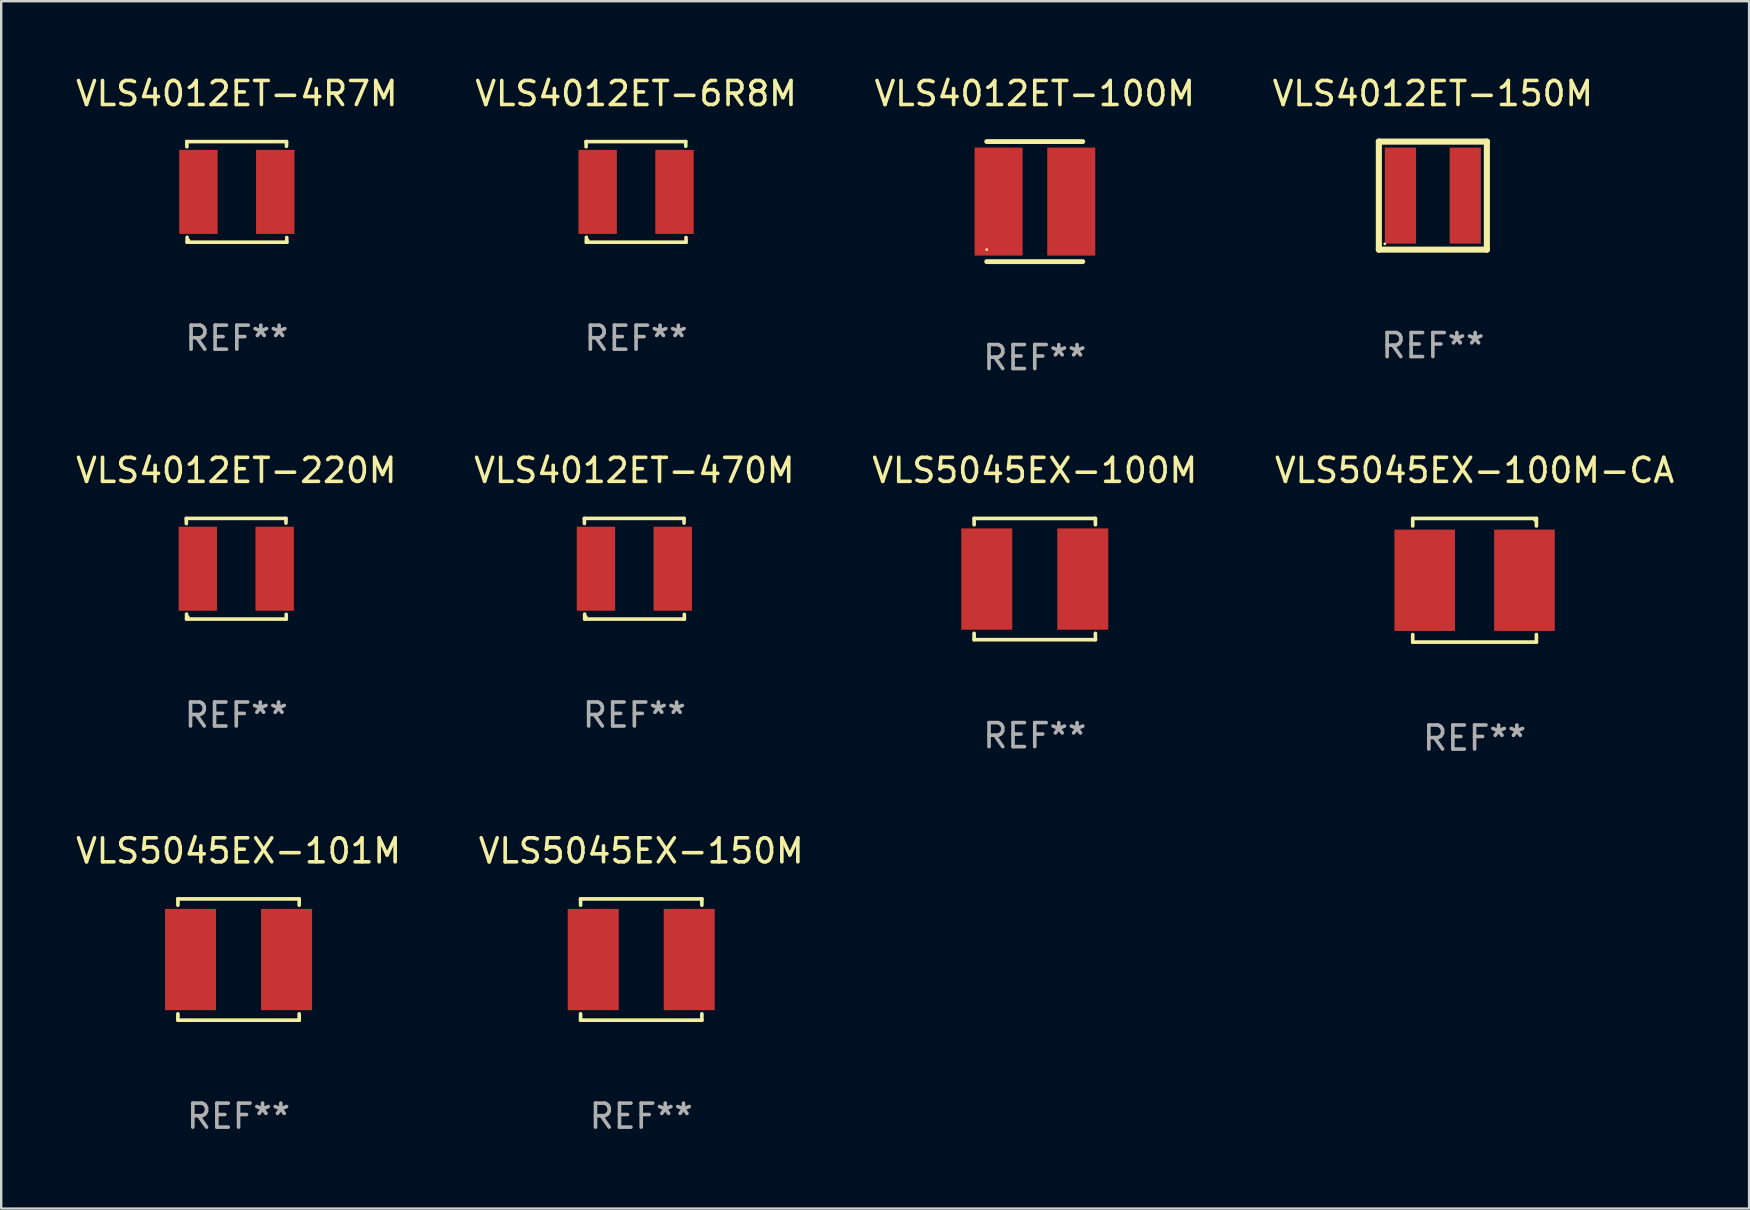
<source format=kicad_pcb>
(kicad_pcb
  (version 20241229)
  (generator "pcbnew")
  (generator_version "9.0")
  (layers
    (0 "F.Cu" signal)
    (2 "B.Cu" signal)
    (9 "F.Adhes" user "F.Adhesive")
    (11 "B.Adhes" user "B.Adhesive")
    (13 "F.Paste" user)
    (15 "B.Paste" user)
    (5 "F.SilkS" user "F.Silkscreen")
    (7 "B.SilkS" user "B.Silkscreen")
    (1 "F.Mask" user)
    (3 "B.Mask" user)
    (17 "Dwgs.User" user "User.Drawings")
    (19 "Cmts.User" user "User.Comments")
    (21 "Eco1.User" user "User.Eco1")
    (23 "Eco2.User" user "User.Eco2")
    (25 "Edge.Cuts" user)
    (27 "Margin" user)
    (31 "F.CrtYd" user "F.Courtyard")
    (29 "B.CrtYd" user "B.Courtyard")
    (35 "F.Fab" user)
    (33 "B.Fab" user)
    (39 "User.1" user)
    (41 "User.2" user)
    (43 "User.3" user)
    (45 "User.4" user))
  (footprint "VLS4012ET-470M"
    (layer "F.Cu")
    (at 23.375 20.641)
    (property "Reference" "VLS4012ET-470M" (at 0 -4.096 0) (layer "F.SilkS") (effects (font (size 1 1) (thickness 0.15))))
    (attr through_hole)
    (fp_line (start -2.083 -2.096) (end -2.08 -1.88) (stroke (width 0.15) (type solid)) (layer "F.SilkS"))
    (fp_line (start -2.07 1.89) (end -2.07 2.096) (stroke (width 0.15) (type solid)) (layer "F.SilkS"))
    (fp_line (start -2.07 2.096) (end 2.083 2.096) (stroke (width 0.15) (type solid)) (layer "F.SilkS"))
    (fp_line (start 2.07 -1.9) (end 2.07 -2.096) (stroke (width 0.15) (type solid)) (layer "F.SilkS"))
    (fp_line (start 2.07 -2.096) (end -2.083 -2.096) (stroke (width 0.15) (type solid)) (layer "F.SilkS"))
    (fp_line (start 2.083 2.096) (end 2.08 1.9) (stroke (width 0.15) (type solid)) (layer "F.SilkS"))
    (fp_circle (center -2 2) (end -1.97 2) (stroke (width 0.06) (type solid)) (fill no) (layer "F.SilkS"))
    (fp_text user "REF**" (at 0 6.096 0) (layer "F.Fab") (effects (font (size 1 1) (thickness 0.15))))
    (pad "1" smd rect (at -1.6 -0.000343) (size 1.6 3.5) (layers "F.Cu" "F.Mask" "F.Paste"))
    (pad "2" smd rect (at 1.6 -0.000343) (size 1.6 3.5) (layers "F.Cu" "F.Mask" "F.Paste")))
  (footprint "VLS4012ET-6R8M"
    (layer "F.Cu")
    (at 23.446 4.944)
    (property "Reference" "VLS4012ET-6R8M" (at 0 -4.096 0) (layer "F.SilkS") (effects (font (size 1 1) (thickness 0.15))))
    (attr through_hole)
    (fp_line (start -2.083 -2.096) (end -2.08 -1.88) (stroke (width 0.15) (type solid)) (layer "F.SilkS"))
    (fp_line (start -2.07 1.89) (end -2.07 2.096) (stroke (width 0.15) (type solid)) (layer "F.SilkS"))
    (fp_line (start -2.07 2.096) (end 2.083 2.096) (stroke (width 0.15) (type solid)) (layer "F.SilkS"))
    (fp_line (start 2.07 -1.9) (end 2.07 -2.096) (stroke (width 0.15) (type solid)) (layer "F.SilkS"))
    (fp_line (start 2.07 -2.096) (end -2.083 -2.096) (stroke (width 0.15) (type solid)) (layer "F.SilkS"))
    (fp_line (start 2.083 2.096) (end 2.08 1.9) (stroke (width 0.15) (type solid)) (layer "F.SilkS"))
    (fp_circle (center -2 2) (end -1.97 2) (stroke (width 0.06) (type solid)) (fill no) (layer "F.SilkS"))
    (fp_text user "REF**" (at 0 6.096 0) (layer "F.Fab") (effects (font (size 1 1) (thickness 0.15))))
    (pad "1" smd rect (at -1.6 -0.000343) (size 1.6 3.5) (layers "F.Cu" "F.Mask" "F.Paste"))
    (pad "2" smd rect (at 1.6 -0.000343) (size 1.6 3.5) (layers "F.Cu" "F.Mask" "F.Paste")))
  (footprint "VLS4012ET-100M"
    (layer "F.Cu")
    (at 40.054 5.348)
    (property "Reference" "VLS4012ET-100M" (at 0 -4.5 0) (layer "F.SilkS") (effects (font (size 1 1) (thickness 0.15))))
    (attr through_hole)
    (fp_line (start -2 -2.5) (end 2 -2.5) (stroke (width 0.203) (type solid)) (layer "F.SilkS"))
    (fp_line (start -2 2.5) (end 2 2.5) (stroke (width 0.203) (type solid)) (layer "F.SilkS"))
    (fp_circle (center -2 2) (end -1.97 2) (stroke (width 0.06) (type solid)) (fill no) (layer "F.SilkS"))
    (fp_text user "REF**" (at 0 6.5 0) (layer "F.Fab") (effects (font (size 1 1) (thickness 0.15))))
    (pad "1" smd rect (at -1.507 0) (size 2 4.5) (layers "F.Cu" "F.Mask" "F.Paste"))
    (pad "2" smd rect (at 1.52 0) (size 2 4.5) (layers "F.Cu" "F.Mask" "F.Paste")))
  (footprint "VLS4012ET-4R7M"
    (layer "F.Cu")
    (at 6.815 4.944)
    (property "Reference" "VLS4012ET-4R7M" (at 0 -4.096 0) (layer "F.SilkS") (effects (font (size 1 1) (thickness 0.15))))
    (attr through_hole)
    (fp_line (start -2.083 -2.096) (end -2.08 -1.88) (stroke (width 0.15) (type solid)) (layer "F.SilkS"))
    (fp_line (start -2.07 1.89) (end -2.07 2.096) (stroke (width 0.15) (type solid)) (layer "F.SilkS"))
    (fp_line (start -2.07 2.096) (end 2.083 2.096) (stroke (width 0.15) (type solid)) (layer "F.SilkS"))
    (fp_line (start 2.07 -1.9) (end 2.07 -2.096) (stroke (width 0.15) (type solid)) (layer "F.SilkS"))
    (fp_line (start 2.07 -2.096) (end -2.083 -2.096) (stroke (width 0.15) (type solid)) (layer "F.SilkS"))
    (fp_line (start 2.083 2.096) (end 2.08 1.9) (stroke (width 0.15) (type solid)) (layer "F.SilkS"))
    (fp_circle (center -2 2) (end -1.97 2) (stroke (width 0.06) (type solid)) (fill no) (layer "F.SilkS"))
    (fp_text user "REF**" (at 0 6.096 0) (layer "F.Fab") (effects (font (size 1 1) (thickness 0.15))))
    (pad "1" smd rect (at -1.6 -0.000343) (size 1.6 3.5) (layers "F.Cu" "F.Mask" "F.Paste"))
    (pad "2" smd rect (at 1.6 -0.000343) (size 1.6 3.5) (layers "F.Cu" "F.Mask" "F.Paste")))
  (footprint "VLS4012ET-150M"
    (layer "F.Cu")
    (at 56.637 5.098)
    (property "Reference" "VLS4012ET-150M" (at 0 -4.25 0) (layer "F.SilkS") (effects (font (size 1 1) (thickness 0.15))))
    (attr through_hole)
    (fp_line (start -2.25 -2.25) (end 2.25 -2.25) (stroke (width 0.254) (type solid)) (layer "F.SilkS"))
    (fp_line (start -2.25 2.25) (end -2.25 -2.25) (stroke (width 0.254) (type solid)) (layer "F.SilkS"))
    (fp_line (start 2.25 -2.25) (end 2.25 2.25) (stroke (width 0.254) (type solid)) (layer "F.SilkS"))
    (fp_line (start 2.25 2.25) (end -2.25 2.25) (stroke (width 0.254) (type solid)) (layer "F.SilkS"))
    (fp_circle (center -2 2.01) (end -1.97 2.01) (stroke (width 0.06) (type solid)) (fill no) (layer "F.SilkS"))
    (fp_text user "REF**" (at 0 6.25 0) (layer "F.Fab") (effects (font (size 1 1) (thickness 0.15))))
    (pad "1" smd rect (at -1.35 0 90) (size 4 1.3) (layers "F.Cu" "F.Mask" "F.Paste"))
    (pad "2" smd rect (at 1.35 0 90) (size 4 1.3) (layers "F.Cu" "F.Mask" "F.Paste")))
  (footprint "VLS5045EX-100M-CA"
    (layer "F.Cu")
    (at 58.375 21.121)
    (property "Reference" "VLS5045EX-100M-CA" (at 0 -4.576 0) (layer "F.SilkS") (effects (font (size 1 1) (thickness 0.15))))
    (attr through_hole)
    (fp_line (start -2.576 -2.576) (end 2.576 -2.576) (stroke (width 0.152) (type solid)) (layer "F.SilkS"))
    (fp_line (start -2.576 -2.262) (end -2.576 -2.576) (stroke (width 0.152) (type solid)) (layer "F.SilkS"))
    (fp_line (start -2.576 2.262) (end -2.576 2.576) (stroke (width 0.152) (type solid)) (layer "F.SilkS"))
    (fp_line (start -2.576 2.576) (end 2.576 2.576) (stroke (width 0.152) (type solid)) (layer "F.SilkS"))
    (fp_line (start 2.576 -2.576) (end 2.576 -2.262) (stroke (width 0.152) (type solid)) (layer "F.SilkS"))
    (fp_line (start 2.576 2.576) (end 2.576 2.262) (stroke (width 0.152) (type solid)) (layer "F.SilkS"))
    (fp_circle (center 2.5 -2.5) (end 2.53 -2.5) (stroke (width 0.06) (type solid)) (fill no) (layer "F.SilkS"))
    (fp_text user "REF**" (at 0 6.576 0) (layer "F.Fab") (effects (font (size 1 1) (thickness 0.15))))
    (pad "1" smd rect (at 2.078 0) (size 2.524 4.22) (layers "F.Cu" "F.Mask" "F.Paste"))
    (pad "2" smd rect (at -2.078 0) (size 2.524 4.22) (layers "F.Cu" "F.Mask" "F.Paste")))
  (footprint "VLS5045EX-100M"
    (layer "F.Cu")
    (at 40.054 21.071)
    (property "Reference" "VLS5045EX-100M" (at 0 -4.526 0) (layer "F.SilkS") (effects (font (size 1 1) (thickness 0.15))))
    (attr through_hole)
    (fp_line (start -2.526 -2.526) (end 2.526 -2.526) (stroke (width 0.152) (type solid)) (layer "F.SilkS"))
    (fp_line (start -2.526 -2.262) (end -2.526 -2.526) (stroke (width 0.152) (type solid)) (layer "F.SilkS"))
    (fp_line (start -2.526 2.262) (end -2.526 2.526) (stroke (width 0.152) (type solid)) (layer "F.SilkS"))
    (fp_line (start -2.526 2.526) (end 2.526 2.526) (stroke (width 0.152) (type solid)) (layer "F.SilkS"))
    (fp_line (start 2.526 -2.526) (end 2.526 -2.262) (stroke (width 0.152) (type solid)) (layer "F.SilkS"))
    (fp_line (start 2.526 2.526) (end 2.526 2.262) (stroke (width 0.152) (type solid)) (layer "F.SilkS"))
    (fp_circle (center 2.5 -2.5) (end 2.53 -2.5) (stroke (width 0.06) (type solid)) (fill no) (layer "F.SilkS"))
    (fp_text user "REF**" (at 0 6.526 0) (layer "F.Fab") (effects (font (size 1 1) (thickness 0.15))))
    (pad "1" smd rect (at 2 0) (size 2.124 4.22) (layers "F.Cu" "F.Mask" "F.Paste"))
    (pad "2" smd rect (at -2 0) (size 2.124 4.22) (layers "F.Cu" "F.Mask" "F.Paste")))
  (footprint "VLS5045EX-150M"
    (layer "F.Cu")
    (at 23.661 36.92)
    (property "Reference" "VLS5045EX-150M" (at 0 -4.526 0) (layer "F.SilkS") (effects (font (size 1 1) (thickness 0.15))))
    (attr through_hole)
    (fp_line (start -2.526 -2.526) (end 2.526 -2.526) (stroke (width 0.152) (type solid)) (layer "F.SilkS"))
    (fp_line (start -2.526 -2.262) (end -2.526 -2.526) (stroke (width 0.152) (type solid)) (layer "F.SilkS"))
    (fp_line (start -2.526 2.262) (end -2.526 2.526) (stroke (width 0.152) (type solid)) (layer "F.SilkS"))
    (fp_line (start -2.526 2.526) (end 2.526 2.526) (stroke (width 0.152) (type solid)) (layer "F.SilkS"))
    (fp_line (start 2.526 -2.526) (end 2.526 -2.262) (stroke (width 0.152) (type solid)) (layer "F.SilkS"))
    (fp_line (start 2.526 2.526) (end 2.526 2.262) (stroke (width 0.152) (type solid)) (layer "F.SilkS"))
    (fp_circle (center 2.5 -2.5) (end 2.53 -2.5) (stroke (width 0.06) (type solid)) (fill no) (layer "F.SilkS"))
    (fp_text user "REF**" (at 0 6.526 0) (layer "F.Fab") (effects (font (size 1 1) (thickness 0.15))))
    (pad "1" smd rect (at 2 0) (size 2.124 4.22) (layers "F.Cu" "F.Mask" "F.Paste"))
    (pad "2" smd rect (at -2 0) (size 2.124 4.22) (layers "F.Cu" "F.Mask" "F.Paste")))
  (footprint "VLS5045EX-101M"
    (layer "F.Cu")
    (at 6.887 36.92)
    (property "Reference" "VLS5045EX-101M" (at 0 -4.526 0) (layer "F.SilkS") (effects (font (size 1 1) (thickness 0.15))))
    (attr through_hole)
    (fp_line (start -2.526 -2.526) (end 2.526 -2.526) (stroke (width 0.152) (type solid)) (layer "F.SilkS"))
    (fp_line (start -2.526 -2.262) (end -2.526 -2.526) (stroke (width 0.152) (type solid)) (layer "F.SilkS"))
    (fp_line (start -2.526 2.262) (end -2.526 2.526) (stroke (width 0.152) (type solid)) (layer "F.SilkS"))
    (fp_line (start -2.526 2.526) (end 2.526 2.526) (stroke (width 0.152) (type solid)) (layer "F.SilkS"))
    (fp_line (start 2.526 -2.526) (end 2.526 -2.262) (stroke (width 0.152) (type solid)) (layer "F.SilkS"))
    (fp_line (start 2.526 2.526) (end 2.526 2.262) (stroke (width 0.152) (type solid)) (layer "F.SilkS"))
    (fp_circle (center 2.5 -2.5) (end 2.53 -2.5) (stroke (width 0.06) (type solid)) (fill no) (layer "F.SilkS"))
    (fp_text user "REF**" (at 0 6.526 0) (layer "F.Fab") (effects (font (size 1 1) (thickness 0.15))))
    (pad "1" smd rect (at 2 0) (size 2.124 4.22) (layers "F.Cu" "F.Mask" "F.Paste"))
    (pad "2" smd rect (at -2 0) (size 2.124 4.22) (layers "F.Cu" "F.Mask" "F.Paste")))
  (footprint "VLS4012ET-220M"
    (layer "F.Cu")
    (at 6.792 20.641)
    (property "Reference" "VLS4012ET-220M" (at 0 -4.096 0) (layer "F.SilkS") (effects (font (size 1 1) (thickness 0.15))))
    (attr through_hole)
    (fp_line (start -2.083 -2.096) (end -2.08 -1.88) (stroke (width 0.15) (type solid)) (layer "F.SilkS"))
    (fp_line (start -2.07 1.89) (end -2.07 2.096) (stroke (width 0.15) (type solid)) (layer "F.SilkS"))
    (fp_line (start -2.07 2.096) (end 2.083 2.096) (stroke (width 0.15) (type solid)) (layer "F.SilkS"))
    (fp_line (start 2.07 -1.9) (end 2.07 -2.096) (stroke (width 0.15) (type solid)) (layer "F.SilkS"))
    (fp_line (start 2.07 -2.096) (end -2.083 -2.096) (stroke (width 0.15) (type solid)) (layer "F.SilkS"))
    (fp_line (start 2.083 2.096) (end 2.08 1.9) (stroke (width 0.15) (type solid)) (layer "F.SilkS"))
    (fp_circle (center -2 2) (end -1.97 2) (stroke (width 0.06) (type solid)) (fill no) (layer "F.SilkS"))
    (fp_text user "REF**" (at 0 6.096 0) (layer "F.Fab") (effects (font (size 1 1) (thickness 0.15))))
    (pad "1" smd rect (at -1.6 -0.000343) (size 1.6 3.5) (layers "F.Cu" "F.Mask" "F.Paste"))
    (pad "2" smd rect (at 1.6 -0.000343) (size 1.6 3.5) (layers "F.Cu" "F.Mask" "F.Paste")))
  (gr_rect
    (start -3 -3)
    (end 69.81 47.294)
    (stroke (width 0.1) (type default))
    (fill no)
    (layer "Edge.Cuts")))
</source>
